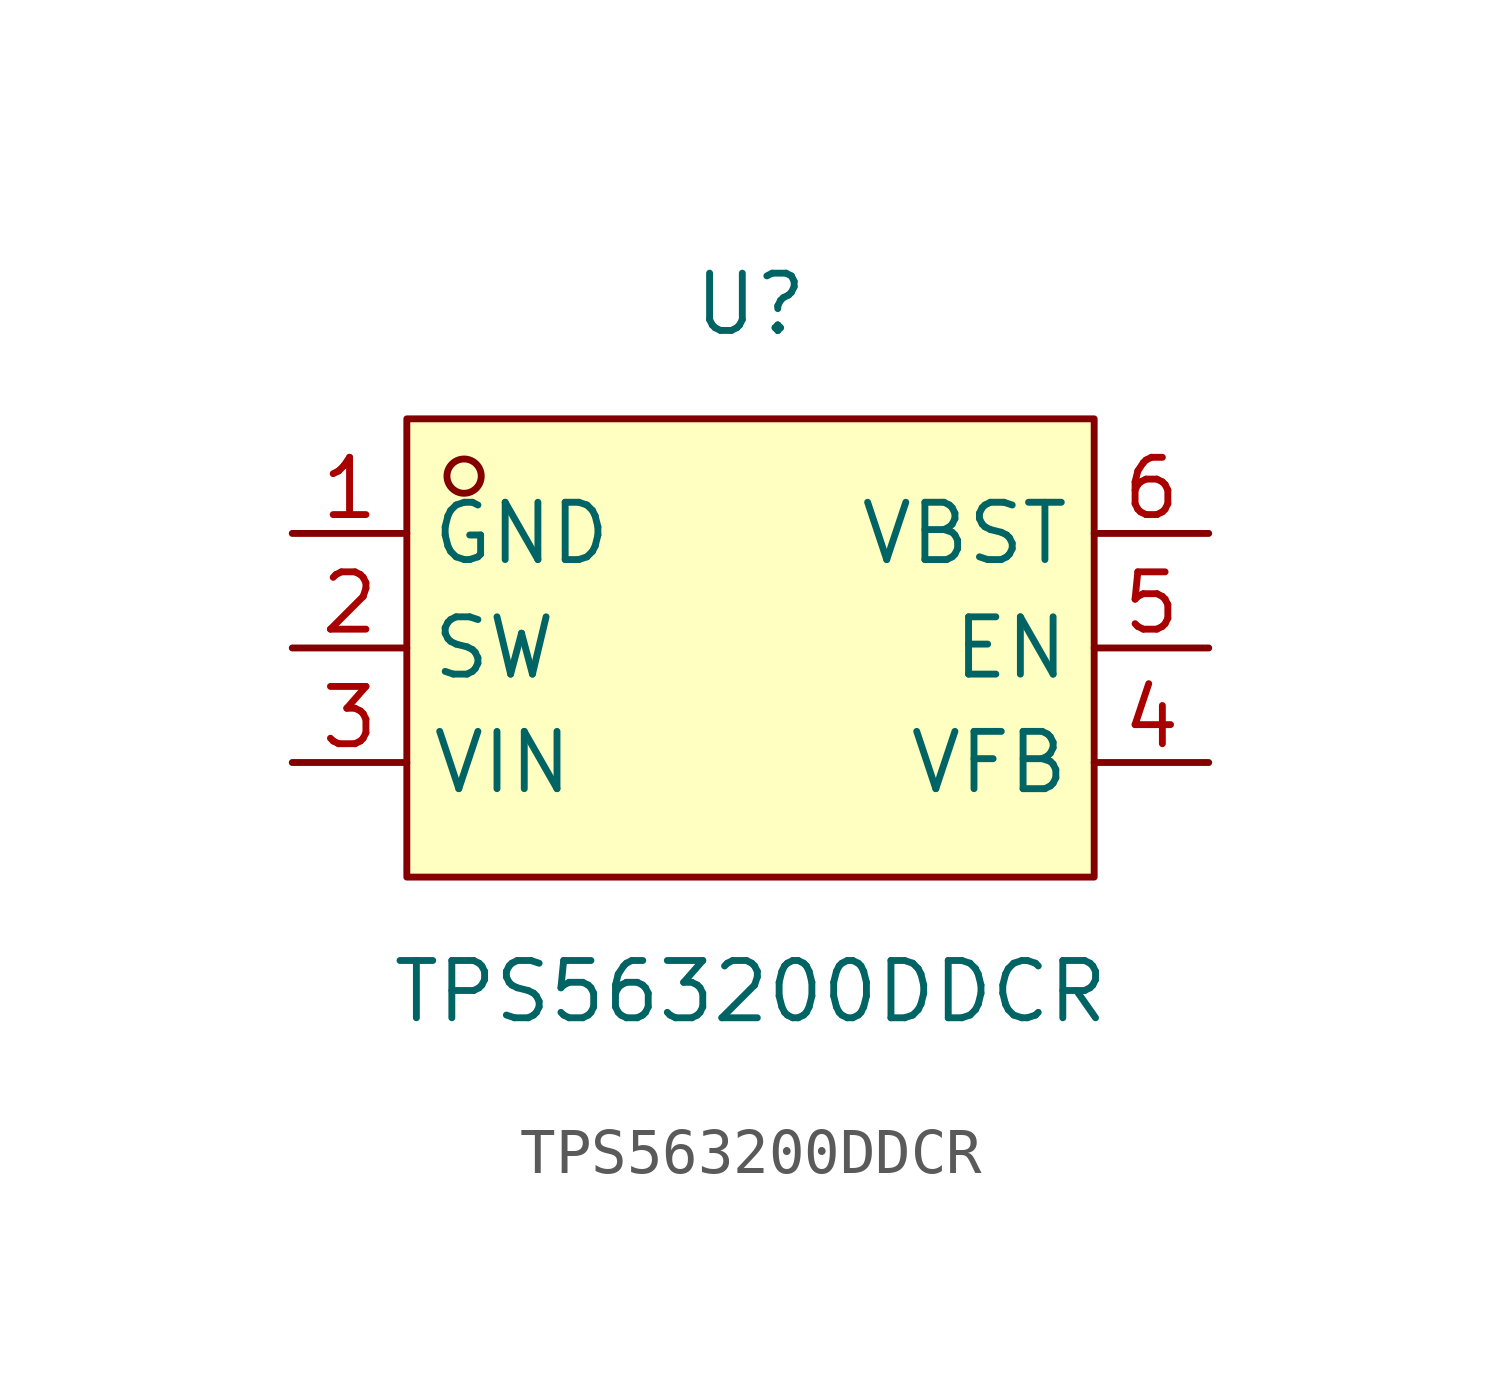
<source format=kicad_sym>
(kicad_symbol_lib
  (version 20211014)
  (generator https://github.com/uPesy/easyeda2kicad.py)
  (symbol "TPS563200DDCR"
    (property "Reference" "U"
      (at 0 7.62 0)
      (effects (font (size 1.27 1.27))))
    (property "Value" "TPS563200DDCR"
      (at 0 -7.62 0)
      (effects (font (size 1.27 1.27))))
    (symbol "TPS563200DDCR_0_1"
      (rectangle (start -7.62 5.08) (end 7.62 -5.08) (stroke (width 0) (type default) (color 0 0 0 0)) (fill (type background)))
      (circle (center -6.35 3.81) (radius 0.38) (stroke (width 0) (type default) (color 0 0 0 0)) (fill (type none)))
      (pin unspecified line (at -10.16 2.54 0) (length 2.54) (name "GND" (effects (font (size 1.27 1.27)))) (number "1" (effects (font (size 1.27 1.27)))))
      (pin unspecified line (at -10.16 -0.00 0) (length 2.54) (name "SW" (effects (font (size 1.27 1.27)))) (number "2" (effects (font (size 1.27 1.27)))))
      (pin unspecified line (at -10.16 -2.54 0) (length 2.54) (name "VIN" (effects (font (size 1.27 1.27)))) (number "3" (effects (font (size 1.27 1.27)))))
      (pin unspecified line (at 10.16 -2.54 180) (length 2.54) (name "VFB" (effects (font (size 1.27 1.27)))) (number "4" (effects (font (size 1.27 1.27)))))
      (pin unspecified line (at 10.16 -0.00 180) (length 2.54) (name "EN" (effects (font (size 1.27 1.27)))) (number "5" (effects (font (size 1.27 1.27)))))
      (pin unspecified line (at 10.16 2.54 180) (length 2.54) (name "VBST" (effects (font (size 1.27 1.27)))) (number "6" (effects (font (size 1.27 1.27))))))))
</source>
